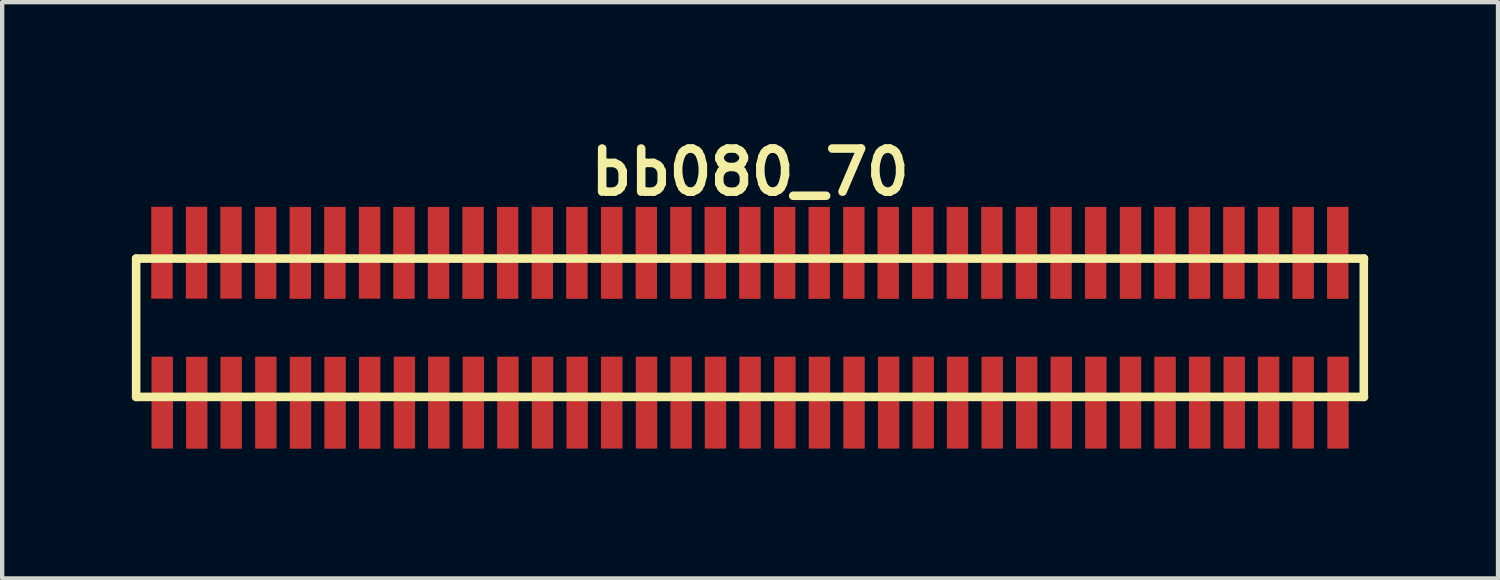
<source format=kicad_pcb>
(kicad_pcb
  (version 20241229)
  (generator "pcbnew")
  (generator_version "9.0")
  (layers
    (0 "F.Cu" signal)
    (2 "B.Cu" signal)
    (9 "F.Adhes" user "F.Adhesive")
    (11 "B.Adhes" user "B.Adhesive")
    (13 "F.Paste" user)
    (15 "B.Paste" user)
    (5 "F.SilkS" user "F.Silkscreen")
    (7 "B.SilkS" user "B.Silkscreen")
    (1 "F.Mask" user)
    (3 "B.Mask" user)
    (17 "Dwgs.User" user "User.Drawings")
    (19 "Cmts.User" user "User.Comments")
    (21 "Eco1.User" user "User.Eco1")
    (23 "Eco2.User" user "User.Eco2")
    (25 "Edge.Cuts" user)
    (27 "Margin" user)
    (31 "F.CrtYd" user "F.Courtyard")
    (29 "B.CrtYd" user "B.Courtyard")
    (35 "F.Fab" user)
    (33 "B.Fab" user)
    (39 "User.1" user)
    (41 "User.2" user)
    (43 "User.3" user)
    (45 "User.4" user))
  (footprint "bb080_70"
    (layer "F.Cu")
    (at 14.3 4.531)
    (property "Reference" "bb080_70" (at 0 -3.599 0) (layer "F.SilkS") (effects (font (size 0.998 0.998) (thickness 0.198))))
    (attr through_hole)
    (fp_line (start -14.201 -1.6) (end -14.201 1.6) (stroke (width 0.198) (type solid)) (layer "F.SilkS"))
    (fp_line (start -14.201 -1.6) (end 14.201 -1.6) (stroke (width 0.198) (type solid)) (layer "F.SilkS"))
    (fp_line (start 14.196 1.6) (end 14.196 -1.6) (stroke (width 0.198) (type solid)) (layer "F.SilkS"))
    (fp_line (start 14.201 1.6) (end -14.201 1.6) (stroke (width 0.198) (type solid)) (layer "F.SilkS"))
    (pad "1" smd rect (at -13.597 1.732) (size 0.495 2.126) (layers "F.Cu" "F.Mask" "F.Paste"))
    (pad "2" smd rect (at -13.604 -1.735) (size 0.495 2.126) (layers "F.Cu" "F.Mask" "F.Paste"))
    (pad "3" smd rect (at -12.799 1.735) (size 0.495 2.126) (layers "F.Cu" "F.Mask" "F.Paste"))
    (pad "4" smd rect (at -12.804 -1.735) (size 0.495 2.126) (layers "F.Cu" "F.Mask" "F.Paste"))
    (pad "5" smd rect (at -12.002 1.735) (size 0.495 2.126) (layers "F.Cu" "F.Mask" "F.Paste"))
    (pad "6" smd rect (at -12.007 -1.735) (size 0.495 2.126) (layers "F.Cu" "F.Mask" "F.Paste"))
    (pad "7" smd rect (at -11.201 1.732) (size 0.495 2.126) (layers "F.Cu" "F.Mask" "F.Paste"))
    (pad "8" smd rect (at -11.206 -1.732) (size 0.495 2.126) (layers "F.Cu" "F.Mask" "F.Paste"))
    (pad "9" smd rect (at -10.399 1.735) (size 0.495 2.126) (layers "F.Cu" "F.Mask" "F.Paste"))
    (pad "10" smd rect (at -10.404 -1.732) (size 0.495 2.126) (layers "F.Cu" "F.Mask" "F.Paste"))
    (pad "11" smd rect (at -9.599 1.735) (size 0.495 2.126) (layers "F.Cu" "F.Mask" "F.Paste"))
    (pad "12" smd rect (at -9.604 -1.732) (size 0.495 2.126) (layers "F.Cu" "F.Mask" "F.Paste"))
    (pad "13" smd rect (at -8.799 1.735) (size 0.495 2.126) (layers "F.Cu" "F.Mask" "F.Paste"))
    (pad "14" smd rect (at -8.801 -1.735) (size 0.495 2.126) (layers "F.Cu" "F.Mask" "F.Paste"))
    (pad "15" smd rect (at -7.996 1.732) (size 0.495 2.126) (layers "F.Cu" "F.Mask" "F.Paste"))
    (pad "16" smd rect (at -8.006 -1.732) (size 0.495 2.126) (layers "F.Cu" "F.Mask" "F.Paste"))
    (pad "17" smd rect (at -7.201 1.732) (size 0.495 2.126) (layers "F.Cu" "F.Mask" "F.Paste"))
    (pad "18" smd rect (at -7.206 -1.732) (size 0.495 2.126) (layers "F.Cu" "F.Mask" "F.Paste"))
    (pad "19" smd rect (at -6.401 1.732) (size 0.495 2.126) (layers "F.Cu" "F.Mask" "F.Paste"))
    (pad "20" smd rect (at -6.408 -1.732) (size 0.495 2.126) (layers "F.Cu" "F.Mask" "F.Paste"))
    (pad "21" smd rect (at -5.601 1.732) (size 0.495 2.126) (layers "F.Cu" "F.Mask" "F.Paste"))
    (pad "22" smd rect (at -5.608 -1.732) (size 0.495 2.126) (layers "F.Cu" "F.Mask" "F.Paste"))
    (pad "23" smd rect (at -4.801 1.732) (size 0.495 2.126) (layers "F.Cu" "F.Mask" "F.Paste"))
    (pad "24" smd rect (at -4.806 -1.732) (size 0.495 2.126) (layers "F.Cu" "F.Mask" "F.Paste"))
    (pad "25" smd rect (at -4 1.732) (size 0.495 2.126) (layers "F.Cu" "F.Mask" "F.Paste"))
    (pad "26" smd rect (at -4.006 -1.732) (size 0.495 2.126) (layers "F.Cu" "F.Mask" "F.Paste"))
    (pad "27" smd rect (at -3.2 1.732) (size 0.495 2.126) (layers "F.Cu" "F.Mask" "F.Paste"))
    (pad "28" smd rect (at -3.2 -1.732) (size 0.495 2.126) (layers "F.Cu" "F.Mask" "F.Paste"))
    (pad "29" smd rect (at -2.395 1.732) (size 0.495 2.126) (layers "F.Cu" "F.Mask" "F.Paste"))
    (pad "30" smd rect (at -2.4 -1.732) (size 0.495 2.126) (layers "F.Cu" "F.Mask" "F.Paste"))
    (pad "31" smd rect (at -1.595 1.732) (size 0.495 2.126) (layers "F.Cu" "F.Mask" "F.Paste"))
    (pad "32" smd rect (at -1.6 -1.732) (size 0.495 2.126) (layers "F.Cu" "F.Mask" "F.Paste"))
    (pad "33" smd rect (at -0.8 1.732) (size 0.495 2.126) (layers "F.Cu" "F.Mask" "F.Paste"))
    (pad "34" smd rect (at -0.805 -1.732) (size 0.495 2.126) (layers "F.Cu" "F.Mask" "F.Paste"))
    (pad "35" smd rect (at 0 1.732) (size 0.495 2.126) (layers "F.Cu" "F.Mask" "F.Paste"))
    (pad "36" smd rect (at -0.005 -1.732) (size 0.495 2.126) (layers "F.Cu" "F.Mask" "F.Paste"))
    (pad "37" smd rect (at 0.805 1.732) (size 0.495 2.126) (layers "F.Cu" "F.Mask" "F.Paste"))
    (pad "38" smd rect (at 0.8 -1.732) (size 0.495 2.126) (layers "F.Cu" "F.Mask" "F.Paste"))
    (pad "39" smd rect (at 1.605 1.732) (size 0.495 2.126) (layers "F.Cu" "F.Mask" "F.Paste"))
    (pad "40" smd rect (at 1.6 -1.732) (size 0.495 2.126) (layers "F.Cu" "F.Mask" "F.Paste"))
    (pad "41" smd rect (at 2.405 1.732) (size 0.495 2.126) (layers "F.Cu" "F.Mask" "F.Paste"))
    (pad "42" smd rect (at 2.4 -1.732) (size 0.495 2.126) (layers "F.Cu" "F.Mask" "F.Paste"))
    (pad "43" smd rect (at 3.205 1.732) (size 0.495 2.126) (layers "F.Cu" "F.Mask" "F.Paste"))
    (pad "44" smd rect (at 3.195 -1.732) (size 0.495 2.126) (layers "F.Cu" "F.Mask" "F.Paste"))
    (pad "45" smd rect (at 4.006 1.732) (size 0.495 2.126) (layers "F.Cu" "F.Mask" "F.Paste"))
    (pad "46" smd rect (at 3.995 -1.732) (size 0.495 2.126) (layers "F.Cu" "F.Mask" "F.Paste"))
    (pad "47" smd rect (at 4.801 1.732) (size 0.495 2.126) (layers "F.Cu" "F.Mask" "F.Paste"))
    (pad "48" smd rect (at 4.796 -1.732) (size 0.495 2.126) (layers "F.Cu" "F.Mask" "F.Paste"))
    (pad "49" smd rect (at 5.601 1.732) (size 0.495 2.126) (layers "F.Cu" "F.Mask" "F.Paste"))
    (pad "50" smd rect (at 5.593 -1.732) (size 0.495 2.126) (layers "F.Cu" "F.Mask" "F.Paste"))
    (pad "51" smd rect (at 6.398 1.732) (size 0.495 2.126) (layers "F.Cu" "F.Mask" "F.Paste"))
    (pad "52" smd rect (at 6.393 -1.732) (size 0.495 2.126) (layers "F.Cu" "F.Mask" "F.Paste"))
    (pad "53" smd rect (at 7.198 1.732) (size 0.495 2.126) (layers "F.Cu" "F.Mask" "F.Paste"))
    (pad "54" smd rect (at 7.193 -1.732) (size 0.495 2.126) (layers "F.Cu" "F.Mask" "F.Paste"))
    (pad "55" smd rect (at 7.998 1.732) (size 0.495 2.126) (layers "F.Cu" "F.Mask" "F.Paste"))
    (pad "56" smd rect (at 7.993 -1.732) (size 0.495 2.126) (layers "F.Cu" "F.Mask" "F.Paste"))
    (pad "57" smd rect (at 8.799 1.732) (size 0.495 2.126) (layers "F.Cu" "F.Mask" "F.Paste"))
    (pad "58" smd rect (at 8.799 -1.732) (size 0.495 2.126) (layers "F.Cu" "F.Mask" "F.Paste"))
    (pad "59" smd rect (at 9.599 1.732) (size 0.495 2.126) (layers "F.Cu" "F.Mask" "F.Paste"))
    (pad "60" smd rect (at 9.594 -1.732) (size 0.495 2.126) (layers "F.Cu" "F.Mask" "F.Paste"))
    (pad "61" smd rect (at 10.399 1.732) (size 0.495 2.126) (layers "F.Cu" "F.Mask" "F.Paste"))
    (pad "62" smd rect (at 10.394 -1.732) (size 0.495 2.126) (layers "F.Cu" "F.Mask" "F.Paste"))
    (pad "63" smd rect (at 11.199 1.732) (size 0.495 2.126) (layers "F.Cu" "F.Mask" "F.Paste"))
    (pad "64" smd rect (at 11.191 -1.732) (size 0.495 2.126) (layers "F.Cu" "F.Mask" "F.Paste"))
    (pad "65" smd rect (at 11.994 1.732) (size 0.495 2.126) (layers "F.Cu" "F.Mask" "F.Paste"))
    (pad "66" smd rect (at 11.991 -1.732) (size 0.495 2.126) (layers "F.Cu" "F.Mask" "F.Paste"))
    (pad "67" smd rect (at 12.794 1.732) (size 0.495 2.126) (layers "F.Cu" "F.Mask" "F.Paste"))
    (pad "68" smd rect (at 12.794 -1.732) (size 0.495 2.126) (layers "F.Cu" "F.Mask" "F.Paste"))
    (pad "69" smd rect (at 13.599 1.732) (size 0.495 2.126) (layers "F.Cu" "F.Mask" "F.Paste"))
    (pad "70" smd rect (at 13.594 -1.732) (size 0.495 2.126) (layers "F.Cu" "F.Mask" "F.Paste")))
  (gr_rect
    (start -3 -3)
    (end 31.6 10.329)
    (stroke (width 0.1) (type default))
    (fill no)
    (layer "Edge.Cuts")))
</source>
